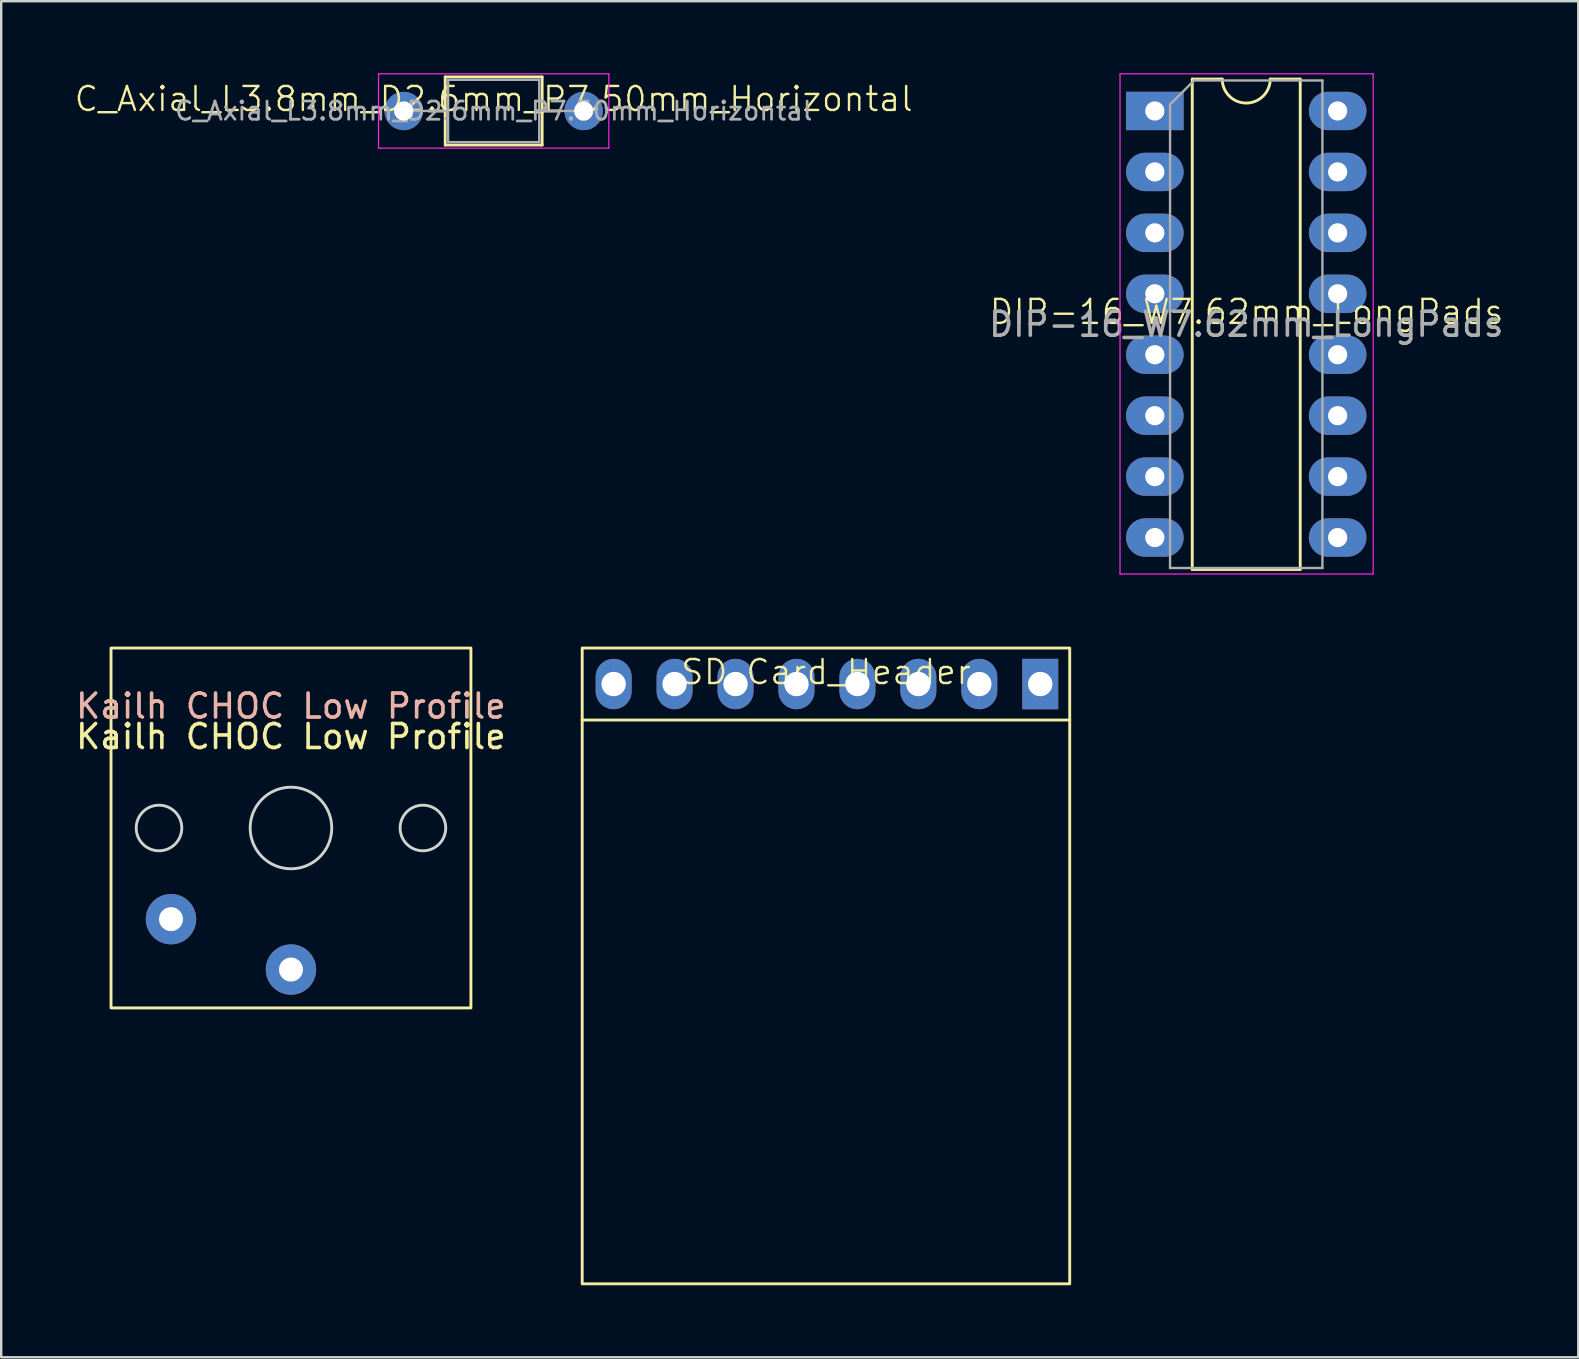
<source format=kicad_pcb>
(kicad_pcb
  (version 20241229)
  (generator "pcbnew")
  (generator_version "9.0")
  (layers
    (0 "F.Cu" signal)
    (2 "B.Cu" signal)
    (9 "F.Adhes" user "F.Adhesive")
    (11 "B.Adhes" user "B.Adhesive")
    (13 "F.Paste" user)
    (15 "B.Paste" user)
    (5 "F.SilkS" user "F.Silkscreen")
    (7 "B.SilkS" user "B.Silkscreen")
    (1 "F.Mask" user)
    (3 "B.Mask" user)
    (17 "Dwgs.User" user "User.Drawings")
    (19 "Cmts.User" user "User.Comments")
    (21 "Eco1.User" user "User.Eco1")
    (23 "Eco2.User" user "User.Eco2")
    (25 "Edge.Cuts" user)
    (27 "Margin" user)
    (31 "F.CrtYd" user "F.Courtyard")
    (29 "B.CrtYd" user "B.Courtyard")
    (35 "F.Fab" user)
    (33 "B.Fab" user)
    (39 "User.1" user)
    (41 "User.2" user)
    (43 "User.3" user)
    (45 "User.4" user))
  (footprint "SD_Card_Header"
    (layer "F.Cu")
    (at 31.375 25.46)
    (property "Reference" "SD_Card_Header" (at 0 -0.5 0) (unlocked yes) (layer "F.SilkS") (effects (font (size 1 1) (thickness 0.1))))
    (attr through_hole)
    (fp_line (start -10.16 1.5) (end 10.16 1.5) (stroke (width 0.12) (type solid)) (layer "F.SilkS"))
    (fp_rect (start -10.16 -1.5) (end 10.16 25) (stroke (width 0.12) (type solid)) (fill no) (layer "F.SilkS"))
    (pad "1" thru_hole rect (at 8.931 0) (size 1.5 2.1) (drill 1.016) (layers "*.Cu" "*.Mask"))
    (pad "2" thru_hole oval (at 6.391 0) (size 1.5 2.1) (drill 1.016) (layers "*.Cu" "*.Mask"))
    (pad "3" thru_hole oval (at 3.851 0) (size 1.5 2.1) (drill 1.016) (layers "*.Cu" "*.Mask"))
    (pad "4" thru_hole oval (at 1.311 0) (size 1.5 2.1) (drill 1.016) (layers "*.Cu" "*.Mask"))
    (pad "5" thru_hole oval (at -1.229 0) (size 1.5 2.1) (drill 1.016) (layers "*.Cu" "*.Mask"))
    (pad "6" thru_hole oval (at -3.769 0) (size 1.5 2.1) (drill 1.016) (layers "*.Cu" "*.Mask"))
    (pad "7" thru_hole oval (at -6.309 0) (size 1.5 2.1) (drill 1.016) (layers "*.Cu" "*.Mask"))
    (pad "8" thru_hole oval (at -8.849 0) (size 1.5 2.1) (drill 1.016) (layers "*.Cu" "*.Mask")))
  (footprint "C_Axial_L3.8mm_D2.6mm_P7.50mm_Horizontal"
    (layer "F.Cu")
    (at 17.526 1.575)
    (property "Reference" "C_Axial_L3.8mm_D2.6mm_P7.50mm_Horizontal" (at 0 -0.5 0) (unlocked yes) (layer "F.SilkS") (effects (font (size 1 1) (thickness 0.1))))
    (attr through_hole)
    (fp_line (start -2.71 0) (end -2.02 0) (stroke (width 0.12) (type solid)) (layer "F.SilkS"))
    (fp_line (start -2.02 -1.42) (end -2.02 1.42) (stroke (width 0.12) (type solid)) (layer "F.SilkS"))
    (fp_line (start -2.02 1.42) (end 2.02 1.42) (stroke (width 0.12) (type solid)) (layer "F.SilkS"))
    (fp_line (start 2.02 -1.42) (end -2.02 -1.42) (stroke (width 0.12) (type solid)) (layer "F.SilkS"))
    (fp_line (start 2.02 1.42) (end 2.02 -1.42) (stroke (width 0.12) (type solid)) (layer "F.SilkS"))
    (fp_line (start 2.71 0) (end 2.02 0) (stroke (width 0.12) (type solid)) (layer "F.SilkS"))
    (fp_line (start -4.8 -1.55) (end -4.8 1.55) (stroke (width 0.05) (type solid)) (layer "F.CrtYd"))
    (fp_line (start -4.8 1.55) (end 4.8 1.55) (stroke (width 0.05) (type solid)) (layer "F.CrtYd"))
    (fp_line (start 4.8 -1.55) (end -4.8 -1.55) (stroke (width 0.05) (type solid)) (layer "F.CrtYd"))
    (fp_line (start 4.8 1.55) (end 4.8 -1.55) (stroke (width 0.05) (type solid)) (layer "F.CrtYd"))
    (fp_line (start -3.75 0) (end -1.9 0) (stroke (width 0.1) (type solid)) (layer "F.Fab"))
    (fp_line (start -1.9 -1.3) (end -1.9 1.3) (stroke (width 0.1) (type solid)) (layer "F.Fab"))
    (fp_line (start -1.9 1.3) (end 1.9 1.3) (stroke (width 0.1) (type solid)) (layer "F.Fab"))
    (fp_line (start 1.9 -1.3) (end -1.9 -1.3) (stroke (width 0.1) (type solid)) (layer "F.Fab"))
    (fp_line (start 1.9 1.3) (end 1.9 -1.3) (stroke (width 0.1) (type solid)) (layer "F.Fab"))
    (fp_line (start 3.75 0) (end 1.9 0) (stroke (width 0.1) (type solid)) (layer "F.Fab"))
    (fp_text user "${REFERENCE}" (at 0 0 180) (layer "F.Fab") (effects (font (size 0.76 0.76) (thickness 0.114))))
    (pad "1" thru_hole circle (at 3.75 0 180) (size 1.6 1.6) (drill 0.8) (layers "*.Cu" "*.Mask"))
    (pad "2" thru_hole oval (at -3.75 0 180) (size 1.6 1.6) (drill 0.8) (layers "*.Cu" "*.Mask")))
  (footprint "DIP-16_W7.62mm_LongPads"
    (layer "F.Cu")
    (at 48.907 10.45)
    (property "Reference" "DIP-16_W7.62mm_LongPads" (at 0 -0.5 0) (unlocked yes) (layer "F.SilkS") (effects (font (size 1 1) (thickness 0.1))))
    (attr through_hole)
    (fp_line (start -2.265 -10.205) (end -2.265 10.235) (stroke (width 0.12) (type solid)) (layer "F.SilkS"))
    (fp_line (start -2.265 10.235) (end 2.235 10.235) (stroke (width 0.12) (type solid)) (layer "F.SilkS"))
    (fp_line (start -1.015 -10.205) (end -2.265 -10.205) (stroke (width 0.12) (type solid)) (layer "F.SilkS"))
    (fp_line (start 2.235 -10.205) (end 0.985 -10.205) (stroke (width 0.12) (type solid)) (layer "F.SilkS"))
    (fp_line (start 2.235 10.235) (end 2.235 -10.205) (stroke (width 0.12) (type solid)) (layer "F.SilkS"))
    (fp_arc (start 0.985 -10.205) (mid -0.015 -9.205) (end -1.015 -10.205) (stroke (width 0.12) (type solid)) (layer "F.SilkS"))
    (fp_line (start -5.275 -10.425) (end -5.275 10.425) (stroke (width 0.05) (type solid)) (layer "F.CrtYd"))
    (fp_line (start -5.275 10.425) (end 5.275 10.425) (stroke (width 0.05) (type solid)) (layer "F.CrtYd"))
    (fp_line (start 5.275 -10.425) (end -5.275 -10.425) (stroke (width 0.05) (type solid)) (layer "F.CrtYd"))
    (fp_line (start 5.275 10.425) (end 5.275 -10.425) (stroke (width 0.05) (type solid)) (layer "F.CrtYd"))
    (fp_line (start -3.19 -9.145) (end -2.19 -10.145) (stroke (width 0.1) (type solid)) (layer "F.Fab"))
    (fp_line (start -3.19 10.175) (end -3.19 -9.145) (stroke (width 0.1) (type solid)) (layer "F.Fab"))
    (fp_line (start -2.19 -10.145) (end 3.16 -10.145) (stroke (width 0.1) (type solid)) (layer "F.Fab"))
    (fp_line (start 3.16 -10.145) (end 3.16 10.175) (stroke (width 0.1) (type solid)) (layer "F.Fab"))
    (fp_line (start 3.16 10.175) (end -3.19 10.175) (stroke (width 0.1) (type solid)) (layer "F.Fab"))
    (fp_text user "${REFERENCE}" (at -0.015 0.015 0) (layer "F.Fab") (effects (font (size 1 1) (thickness 0.15))))
    (pad "1" thru_hole rect (at -3.825 -8.875) (size 2.4 1.6) (drill 0.8) (layers "*.Cu" "*.Mask"))
    (pad "2" thru_hole oval (at -3.825 -6.335) (size 2.4 1.6) (drill 0.8) (layers "*.Cu" "*.Mask"))
    (pad "3" thru_hole oval (at -3.825 -3.795) (size 2.4 1.6) (drill 0.8) (layers "*.Cu" "*.Mask"))
    (pad "4" thru_hole oval (at -3.825 -1.255) (size 2.4 1.6) (drill 0.8) (layers "*.Cu" "*.Mask"))
    (pad "5" thru_hole oval (at -3.825 1.285) (size 2.4 1.6) (drill 0.8) (layers "*.Cu" "*.Mask"))
    (pad "6" thru_hole oval (at -3.825 3.825) (size 2.4 1.6) (drill 0.8) (layers "*.Cu" "*.Mask"))
    (pad "7" thru_hole oval (at -3.825 6.365) (size 2.4 1.6) (drill 0.8) (layers "*.Cu" "*.Mask"))
    (pad "8" thru_hole oval (at -3.825 8.905) (size 2.4 1.6) (drill 0.8) (layers "*.Cu" "*.Mask"))
    (pad "9" thru_hole oval (at 3.795 8.905) (size 2.4 1.6) (drill 0.8) (layers "*.Cu" "*.Mask"))
    (pad "10" thru_hole oval (at 3.795 6.365) (size 2.4 1.6) (drill 0.8) (layers "*.Cu" "*.Mask"))
    (pad "11" thru_hole oval (at 3.795 3.825) (size 2.4 1.6) (drill 0.8) (layers "*.Cu" "*.Mask"))
    (pad "12" thru_hole oval (at 3.795 1.285) (size 2.4 1.6) (drill 0.8) (layers "*.Cu" "*.Mask"))
    (pad "13" thru_hole oval (at 3.795 -1.255) (size 2.4 1.6) (drill 0.8) (layers "*.Cu" "*.Mask"))
    (pad "14" thru_hole oval (at 3.795 -3.795) (size 2.4 1.6) (drill 0.8) (layers "*.Cu" "*.Mask"))
    (pad "15" thru_hole oval (at 3.795 -6.335) (size 2.4 1.6) (drill 0.8) (layers "*.Cu" "*.Mask"))
    (pad "16" thru_hole oval (at 3.795 -8.875) (size 2.4 1.6) (drill 0.8) (layers "*.Cu" "*.Mask")))
  (footprint "Kailh CHOC Low Profile"
    (layer "F.Cu")
    (at 9.077 31.46)
    (property "Reference" "Kailh CHOC Low Profile" (at 0 -5.08 0) (unlocked yes) (layer "F.SilkS") (effects (font (size 1 1) (thickness 0.1))))
    (attr through_hole)
    (fp_rect (start 7.5 -7.5) (end -7.5 7.5) (stroke (width 0.12) (type solid)) (fill no) (layer "F.SilkS"))
    (fp_circle (center -5.5 0) (end -6.45 0) (stroke (width 0.12) (type solid)) (fill no) (layer "Edge.Cuts"))
    (fp_circle (center 0 0) (end -1.7 0) (stroke (width 0.12) (type solid)) (fill no) (layer "Edge.Cuts"))
    (fp_circle (center 5.5 0) (end 4.55 0) (stroke (width 0.12) (type solid)) (fill no) (layer "Edge.Cuts"))
    (fp_text user "${REFERENCE}" (at 0 -3.81 0) (unlocked yes) (layer "F.SilkS") (effects (font (size 1 1) (thickness 0.15))))
    (fp_text user "${REFERENCE}" (at 0 -5.08 0) (unlocked yes) (layer "B.SilkS") (effects (font (size 1 1) (thickness 0.15))))
    (pad "1" thru_hole circle (at 0 5.9) (size 2.1 2.1) (drill 1) (layers "*.Cu" "*.Mask"))
    (pad "2" thru_hole circle (at -5 3.8) (size 2.1 2.1) (drill 1) (layers "*.Cu" "*.Mask")))
  (gr_rect
    (start -3 -3)
    (end 62.731 53.52)
    (stroke (width 0.1) (type default))
    (fill no)
    (layer "Edge.Cuts")))
</source>
